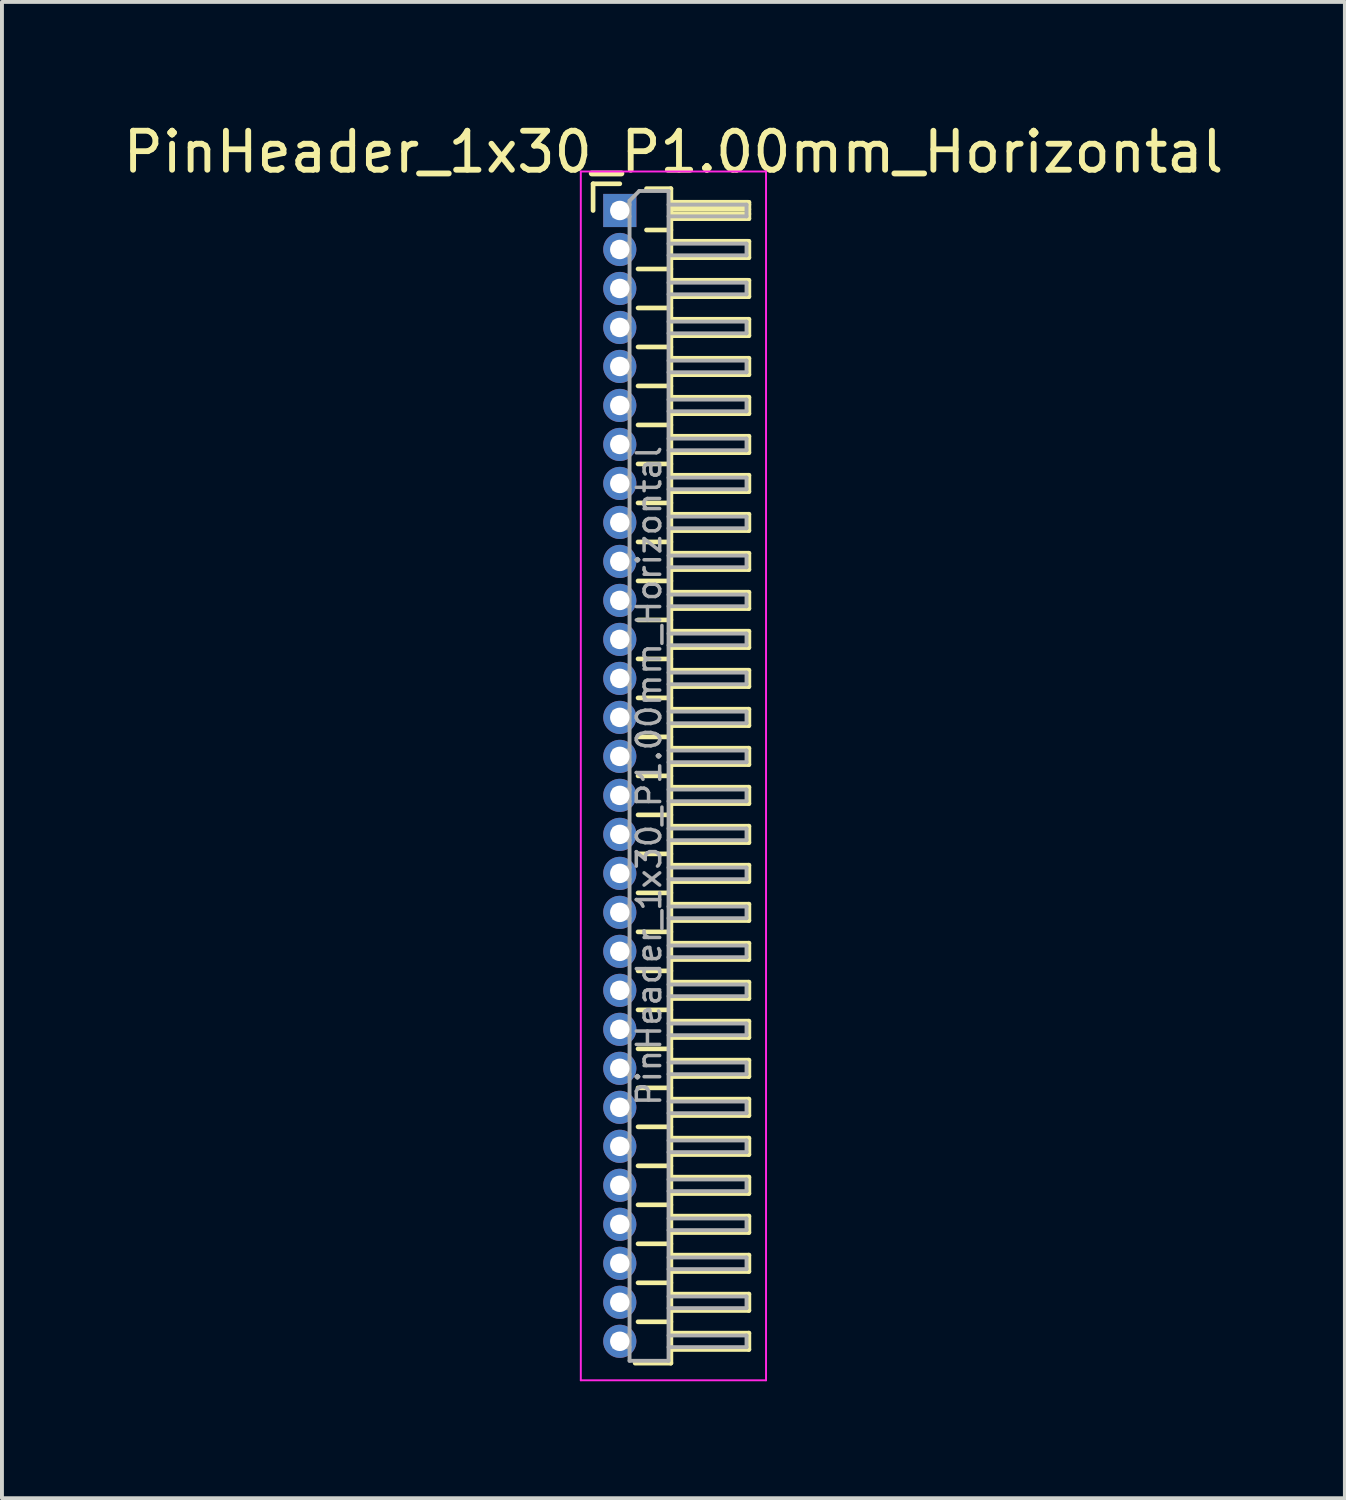
<source format=kicad_pcb>
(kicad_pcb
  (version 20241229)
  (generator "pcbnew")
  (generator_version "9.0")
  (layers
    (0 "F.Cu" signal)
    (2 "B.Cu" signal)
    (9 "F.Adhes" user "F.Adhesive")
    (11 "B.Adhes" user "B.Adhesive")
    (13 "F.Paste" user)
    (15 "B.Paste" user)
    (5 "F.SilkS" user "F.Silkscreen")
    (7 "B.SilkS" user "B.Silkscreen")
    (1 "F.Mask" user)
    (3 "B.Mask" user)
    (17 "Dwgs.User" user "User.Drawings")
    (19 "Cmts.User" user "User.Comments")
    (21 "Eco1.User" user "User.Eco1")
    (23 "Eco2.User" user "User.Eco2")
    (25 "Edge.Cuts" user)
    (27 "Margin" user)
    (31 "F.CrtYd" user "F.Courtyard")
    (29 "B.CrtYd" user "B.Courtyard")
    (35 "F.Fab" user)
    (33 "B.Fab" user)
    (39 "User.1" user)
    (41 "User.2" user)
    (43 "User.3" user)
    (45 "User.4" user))
  (footprint "PinHeader_1x30_P1.00mm_Horizontal"
    (layer "F.Cu")
    (at 12.845 2.348)
    (property "Reference" "PinHeader_1x30_P1.00mm_Horizontal" (at 1.375 -1.5 0) (layer "F.SilkS") (effects (font (size 1 1) (thickness 0.15))))
    (attr through_hole)
    (fp_line (start -0.685 -0.685) (end 0 -0.685) (stroke (width 0.12) (type solid)) (layer "F.SilkS"))
    (fp_line (start -0.685 0) (end -0.685 -0.685) (stroke (width 0.12) (type solid)) (layer "F.SilkS"))
    (fp_line (start 0.468 1.5) (end 1.31 1.5) (stroke (width 0.12) (type solid)) (layer "F.SilkS"))
    (fp_line (start 0.468 2.5) (end 1.31 2.5) (stroke (width 0.12) (type solid)) (layer "F.SilkS"))
    (fp_line (start 0.468 3.5) (end 1.31 3.5) (stroke (width 0.12) (type solid)) (layer "F.SilkS"))
    (fp_line (start 0.468 4.5) (end 1.31 4.5) (stroke (width 0.12) (type solid)) (layer "F.SilkS"))
    (fp_line (start 0.468 5.5) (end 1.31 5.5) (stroke (width 0.12) (type solid)) (layer "F.SilkS"))
    (fp_line (start 0.468 6.5) (end 1.31 6.5) (stroke (width 0.12) (type solid)) (layer "F.SilkS"))
    (fp_line (start 0.468 7.5) (end 1.31 7.5) (stroke (width 0.12) (type solid)) (layer "F.SilkS"))
    (fp_line (start 0.468 8.5) (end 1.31 8.5) (stroke (width 0.12) (type solid)) (layer "F.SilkS"))
    (fp_line (start 0.468 9.5) (end 1.31 9.5) (stroke (width 0.12) (type solid)) (layer "F.SilkS"))
    (fp_line (start 0.468 10.5) (end 1.31 10.5) (stroke (width 0.12) (type solid)) (layer "F.SilkS"))
    (fp_line (start 0.468 11.5) (end 1.31 11.5) (stroke (width 0.12) (type solid)) (layer "F.SilkS"))
    (fp_line (start 0.468 12.5) (end 1.31 12.5) (stroke (width 0.12) (type solid)) (layer "F.SilkS"))
    (fp_line (start 0.468 13.5) (end 1.31 13.5) (stroke (width 0.12) (type solid)) (layer "F.SilkS"))
    (fp_line (start 0.468 14.5) (end 1.31 14.5) (stroke (width 0.12) (type solid)) (layer "F.SilkS"))
    (fp_line (start 0.468 15.5) (end 1.31 15.5) (stroke (width 0.12) (type solid)) (layer "F.SilkS"))
    (fp_line (start 0.468 16.5) (end 1.31 16.5) (stroke (width 0.12) (type solid)) (layer "F.SilkS"))
    (fp_line (start 0.468 17.5) (end 1.31 17.5) (stroke (width 0.12) (type solid)) (layer "F.SilkS"))
    (fp_line (start 0.468 18.5) (end 1.31 18.5) (stroke (width 0.12) (type solid)) (layer "F.SilkS"))
    (fp_line (start 0.468 19.5) (end 1.31 19.5) (stroke (width 0.12) (type solid)) (layer "F.SilkS"))
    (fp_line (start 0.468 20.5) (end 1.31 20.5) (stroke (width 0.12) (type solid)) (layer "F.SilkS"))
    (fp_line (start 0.468 21.5) (end 1.31 21.5) (stroke (width 0.12) (type solid)) (layer "F.SilkS"))
    (fp_line (start 0.468 22.5) (end 1.31 22.5) (stroke (width 0.12) (type solid)) (layer "F.SilkS"))
    (fp_line (start 0.468 23.5) (end 1.31 23.5) (stroke (width 0.12) (type solid)) (layer "F.SilkS"))
    (fp_line (start 0.468 24.5) (end 1.31 24.5) (stroke (width 0.12) (type solid)) (layer "F.SilkS"))
    (fp_line (start 0.468 25.5) (end 1.31 25.5) (stroke (width 0.12) (type solid)) (layer "F.SilkS"))
    (fp_line (start 0.468 26.5) (end 1.31 26.5) (stroke (width 0.12) (type solid)) (layer "F.SilkS"))
    (fp_line (start 0.468 27.5) (end 1.31 27.5) (stroke (width 0.12) (type solid)) (layer "F.SilkS"))
    (fp_line (start 0.468 28.5) (end 1.31 28.5) (stroke (width 0.12) (type solid)) (layer "F.SilkS"))
    (fp_line (start 0.685 -0.56) (end 1.31 -0.56) (stroke (width 0.12) (type solid)) (layer "F.SilkS"))
    (fp_line (start 0.685 0.5) (end 1.31 0.5) (stroke (width 0.12) (type solid)) (layer "F.SilkS"))
    (fp_line (start 1.31 -0.56) (end 1.31 29.56) (stroke (width 0.12) (type solid)) (layer "F.SilkS"))
    (fp_line (start 1.31 -0.21) (end 3.31 -0.21) (stroke (width 0.12) (type solid)) (layer "F.SilkS"))
    (fp_line (start 1.31 -0.15) (end 3.31 -0.15) (stroke (width 0.12) (type solid)) (layer "F.SilkS"))
    (fp_line (start 1.31 -0.03) (end 3.31 -0.03) (stroke (width 0.12) (type solid)) (layer "F.SilkS"))
    (fp_line (start 1.31 0.09) (end 3.31 0.09) (stroke (width 0.12) (type solid)) (layer "F.SilkS"))
    (fp_line (start 1.31 0.79) (end 3.31 0.79) (stroke (width 0.12) (type solid)) (layer "F.SilkS"))
    (fp_line (start 1.31 1.79) (end 3.31 1.79) (stroke (width 0.12) (type solid)) (layer "F.SilkS"))
    (fp_line (start 1.31 2.79) (end 3.31 2.79) (stroke (width 0.12) (type solid)) (layer "F.SilkS"))
    (fp_line (start 1.31 3.79) (end 3.31 3.79) (stroke (width 0.12) (type solid)) (layer "F.SilkS"))
    (fp_line (start 1.31 4.79) (end 3.31 4.79) (stroke (width 0.12) (type solid)) (layer "F.SilkS"))
    (fp_line (start 1.31 5.79) (end 3.31 5.79) (stroke (width 0.12) (type solid)) (layer "F.SilkS"))
    (fp_line (start 1.31 6.79) (end 3.31 6.79) (stroke (width 0.12) (type solid)) (layer "F.SilkS"))
    (fp_line (start 1.31 7.79) (end 3.31 7.79) (stroke (width 0.12) (type solid)) (layer "F.SilkS"))
    (fp_line (start 1.31 8.79) (end 3.31 8.79) (stroke (width 0.12) (type solid)) (layer "F.SilkS"))
    (fp_line (start 1.31 9.79) (end 3.31 9.79) (stroke (width 0.12) (type solid)) (layer "F.SilkS"))
    (fp_line (start 1.31 10.79) (end 3.31 10.79) (stroke (width 0.12) (type solid)) (layer "F.SilkS"))
    (fp_line (start 1.31 11.79) (end 3.31 11.79) (stroke (width 0.12) (type solid)) (layer "F.SilkS"))
    (fp_line (start 1.31 12.79) (end 3.31 12.79) (stroke (width 0.12) (type solid)) (layer "F.SilkS"))
    (fp_line (start 1.31 13.79) (end 3.31 13.79) (stroke (width 0.12) (type solid)) (layer "F.SilkS"))
    (fp_line (start 1.31 14.79) (end 3.31 14.79) (stroke (width 0.12) (type solid)) (layer "F.SilkS"))
    (fp_line (start 1.31 15.79) (end 3.31 15.79) (stroke (width 0.12) (type solid)) (layer "F.SilkS"))
    (fp_line (start 1.31 16.79) (end 3.31 16.79) (stroke (width 0.12) (type solid)) (layer "F.SilkS"))
    (fp_line (start 1.31 17.79) (end 3.31 17.79) (stroke (width 0.12) (type solid)) (layer "F.SilkS"))
    (fp_line (start 1.31 18.79) (end 3.31 18.79) (stroke (width 0.12) (type solid)) (layer "F.SilkS"))
    (fp_line (start 1.31 19.79) (end 3.31 19.79) (stroke (width 0.12) (type solid)) (layer "F.SilkS"))
    (fp_line (start 1.31 20.79) (end 3.31 20.79) (stroke (width 0.12) (type solid)) (layer "F.SilkS"))
    (fp_line (start 1.31 21.79) (end 3.31 21.79) (stroke (width 0.12) (type solid)) (layer "F.SilkS"))
    (fp_line (start 1.31 22.79) (end 3.31 22.79) (stroke (width 0.12) (type solid)) (layer "F.SilkS"))
    (fp_line (start 1.31 23.79) (end 3.31 23.79) (stroke (width 0.12) (type solid)) (layer "F.SilkS"))
    (fp_line (start 1.31 24.79) (end 3.31 24.79) (stroke (width 0.12) (type solid)) (layer "F.SilkS"))
    (fp_line (start 1.31 25.79) (end 3.31 25.79) (stroke (width 0.12) (type solid)) (layer "F.SilkS"))
    (fp_line (start 1.31 26.79) (end 3.31 26.79) (stroke (width 0.12) (type solid)) (layer "F.SilkS"))
    (fp_line (start 1.31 27.79) (end 3.31 27.79) (stroke (width 0.12) (type solid)) (layer "F.SilkS"))
    (fp_line (start 1.31 28.79) (end 3.31 28.79) (stroke (width 0.12) (type solid)) (layer "F.SilkS"))
    (fp_line (start 1.31 29.56) (end 0.394 29.56) (stroke (width 0.12) (type solid)) (layer "F.SilkS"))
    (fp_line (start 3.31 -0.21) (end 3.31 0.21) (stroke (width 0.12) (type solid)) (layer "F.SilkS"))
    (fp_line (start 3.31 0.21) (end 1.31 0.21) (stroke (width 0.12) (type solid)) (layer "F.SilkS"))
    (fp_line (start 3.31 0.79) (end 3.31 1.21) (stroke (width 0.12) (type solid)) (layer "F.SilkS"))
    (fp_line (start 3.31 1.21) (end 1.31 1.21) (stroke (width 0.12) (type solid)) (layer "F.SilkS"))
    (fp_line (start 3.31 1.79) (end 3.31 2.21) (stroke (width 0.12) (type solid)) (layer "F.SilkS"))
    (fp_line (start 3.31 2.21) (end 1.31 2.21) (stroke (width 0.12) (type solid)) (layer "F.SilkS"))
    (fp_line (start 3.31 2.79) (end 3.31 3.21) (stroke (width 0.12) (type solid)) (layer "F.SilkS"))
    (fp_line (start 3.31 3.21) (end 1.31 3.21) (stroke (width 0.12) (type solid)) (layer "F.SilkS"))
    (fp_line (start 3.31 3.79) (end 3.31 4.21) (stroke (width 0.12) (type solid)) (layer "F.SilkS"))
    (fp_line (start 3.31 4.21) (end 1.31 4.21) (stroke (width 0.12) (type solid)) (layer "F.SilkS"))
    (fp_line (start 3.31 4.79) (end 3.31 5.21) (stroke (width 0.12) (type solid)) (layer "F.SilkS"))
    (fp_line (start 3.31 5.21) (end 1.31 5.21) (stroke (width 0.12) (type solid)) (layer "F.SilkS"))
    (fp_line (start 3.31 5.79) (end 3.31 6.21) (stroke (width 0.12) (type solid)) (layer "F.SilkS"))
    (fp_line (start 3.31 6.21) (end 1.31 6.21) (stroke (width 0.12) (type solid)) (layer "F.SilkS"))
    (fp_line (start 3.31 6.79) (end 3.31 7.21) (stroke (width 0.12) (type solid)) (layer "F.SilkS"))
    (fp_line (start 3.31 7.21) (end 1.31 7.21) (stroke (width 0.12) (type solid)) (layer "F.SilkS"))
    (fp_line (start 3.31 7.79) (end 3.31 8.21) (stroke (width 0.12) (type solid)) (layer "F.SilkS"))
    (fp_line (start 3.31 8.21) (end 1.31 8.21) (stroke (width 0.12) (type solid)) (layer "F.SilkS"))
    (fp_line (start 3.31 8.79) (end 3.31 9.21) (stroke (width 0.12) (type solid)) (layer "F.SilkS"))
    (fp_line (start 3.31 9.21) (end 1.31 9.21) (stroke (width 0.12) (type solid)) (layer "F.SilkS"))
    (fp_line (start 3.31 9.79) (end 3.31 10.21) (stroke (width 0.12) (type solid)) (layer "F.SilkS"))
    (fp_line (start 3.31 10.21) (end 1.31 10.21) (stroke (width 0.12) (type solid)) (layer "F.SilkS"))
    (fp_line (start 3.31 10.79) (end 3.31 11.21) (stroke (width 0.12) (type solid)) (layer "F.SilkS"))
    (fp_line (start 3.31 11.21) (end 1.31 11.21) (stroke (width 0.12) (type solid)) (layer "F.SilkS"))
    (fp_line (start 3.31 11.79) (end 3.31 12.21) (stroke (width 0.12) (type solid)) (layer "F.SilkS"))
    (fp_line (start 3.31 12.21) (end 1.31 12.21) (stroke (width 0.12) (type solid)) (layer "F.SilkS"))
    (fp_line (start 3.31 12.79) (end 3.31 13.21) (stroke (width 0.12) (type solid)) (layer "F.SilkS"))
    (fp_line (start 3.31 13.21) (end 1.31 13.21) (stroke (width 0.12) (type solid)) (layer "F.SilkS"))
    (fp_line (start 3.31 13.79) (end 3.31 14.21) (stroke (width 0.12) (type solid)) (layer "F.SilkS"))
    (fp_line (start 3.31 14.21) (end 1.31 14.21) (stroke (width 0.12) (type solid)) (layer "F.SilkS"))
    (fp_line (start 3.31 14.79) (end 3.31 15.21) (stroke (width 0.12) (type solid)) (layer "F.SilkS"))
    (fp_line (start 3.31 15.21) (end 1.31 15.21) (stroke (width 0.12) (type solid)) (layer "F.SilkS"))
    (fp_line (start 3.31 15.79) (end 3.31 16.21) (stroke (width 0.12) (type solid)) (layer "F.SilkS"))
    (fp_line (start 3.31 16.21) (end 1.31 16.21) (stroke (width 0.12) (type solid)) (layer "F.SilkS"))
    (fp_line (start 3.31 16.79) (end 3.31 17.21) (stroke (width 0.12) (type solid)) (layer "F.SilkS"))
    (fp_line (start 3.31 17.21) (end 1.31 17.21) (stroke (width 0.12) (type solid)) (layer "F.SilkS"))
    (fp_line (start 3.31 17.79) (end 3.31 18.21) (stroke (width 0.12) (type solid)) (layer "F.SilkS"))
    (fp_line (start 3.31 18.21) (end 1.31 18.21) (stroke (width 0.12) (type solid)) (layer "F.SilkS"))
    (fp_line (start 3.31 18.79) (end 3.31 19.21) (stroke (width 0.12) (type solid)) (layer "F.SilkS"))
    (fp_line (start 3.31 19.21) (end 1.31 19.21) (stroke (width 0.12) (type solid)) (layer "F.SilkS"))
    (fp_line (start 3.31 19.79) (end 3.31 20.21) (stroke (width 0.12) (type solid)) (layer "F.SilkS"))
    (fp_line (start 3.31 20.21) (end 1.31 20.21) (stroke (width 0.12) (type solid)) (layer "F.SilkS"))
    (fp_line (start 3.31 20.79) (end 3.31 21.21) (stroke (width 0.12) (type solid)) (layer "F.SilkS"))
    (fp_line (start 3.31 21.21) (end 1.31 21.21) (stroke (width 0.12) (type solid)) (layer "F.SilkS"))
    (fp_line (start 3.31 21.79) (end 3.31 22.21) (stroke (width 0.12) (type solid)) (layer "F.SilkS"))
    (fp_line (start 3.31 22.21) (end 1.31 22.21) (stroke (width 0.12) (type solid)) (layer "F.SilkS"))
    (fp_line (start 3.31 22.79) (end 3.31 23.21) (stroke (width 0.12) (type solid)) (layer "F.SilkS"))
    (fp_line (start 3.31 23.21) (end 1.31 23.21) (stroke (width 0.12) (type solid)) (layer "F.SilkS"))
    (fp_line (start 3.31 23.79) (end 3.31 24.21) (stroke (width 0.12) (type solid)) (layer "F.SilkS"))
    (fp_line (start 3.31 24.21) (end 1.31 24.21) (stroke (width 0.12) (type solid)) (layer "F.SilkS"))
    (fp_line (start 3.31 24.79) (end 3.31 25.21) (stroke (width 0.12) (type solid)) (layer "F.SilkS"))
    (fp_line (start 3.31 25.21) (end 1.31 25.21) (stroke (width 0.12) (type solid)) (layer "F.SilkS"))
    (fp_line (start 3.31 25.79) (end 3.31 26.21) (stroke (width 0.12) (type solid)) (layer "F.SilkS"))
    (fp_line (start 3.31 26.21) (end 1.31 26.21) (stroke (width 0.12) (type solid)) (layer "F.SilkS"))
    (fp_line (start 3.31 26.79) (end 3.31 27.21) (stroke (width 0.12) (type solid)) (layer "F.SilkS"))
    (fp_line (start 3.31 27.21) (end 1.31 27.21) (stroke (width 0.12) (type solid)) (layer "F.SilkS"))
    (fp_line (start 3.31 27.79) (end 3.31 28.21) (stroke (width 0.12) (type solid)) (layer "F.SilkS"))
    (fp_line (start 3.31 28.21) (end 1.31 28.21) (stroke (width 0.12) (type solid)) (layer "F.SilkS"))
    (fp_line (start 3.31 28.79) (end 3.31 29.21) (stroke (width 0.12) (type solid)) (layer "F.SilkS"))
    (fp_line (start 3.31 29.21) (end 1.31 29.21) (stroke (width 0.12) (type solid)) (layer "F.SilkS"))
    (fp_line (start -1 -1) (end -1 30) (stroke (width 0.05) (type solid)) (layer "F.CrtYd"))
    (fp_line (start -1 30) (end 3.75 30) (stroke (width 0.05) (type solid)) (layer "F.CrtYd"))
    (fp_line (start 3.75 -1) (end -1 -1) (stroke (width 0.05) (type solid)) (layer "F.CrtYd"))
    (fp_line (start 3.75 30) (end 3.75 -1) (stroke (width 0.05) (type solid)) (layer "F.CrtYd"))
    (fp_line (start -0.15 -0.15) (end -0.15 0.15) (stroke (width 0.1) (type solid)) (layer "F.Fab"))
    (fp_line (start -0.15 -0.15) (end 0.25 -0.15) (stroke (width 0.1) (type solid)) (layer "F.Fab"))
    (fp_line (start -0.15 0.15) (end 0.25 0.15) (stroke (width 0.1) (type solid)) (layer "F.Fab"))
    (fp_line (start -0.15 0.85) (end -0.15 1.15) (stroke (width 0.1) (type solid)) (layer "F.Fab"))
    (fp_line (start -0.15 0.85) (end 0.25 0.85) (stroke (width 0.1) (type solid)) (layer "F.Fab"))
    (fp_line (start -0.15 1.15) (end 0.25 1.15) (stroke (width 0.1) (type solid)) (layer "F.Fab"))
    (fp_line (start -0.15 1.85) (end -0.15 2.15) (stroke (width 0.1) (type solid)) (layer "F.Fab"))
    (fp_line (start -0.15 1.85) (end 0.25 1.85) (stroke (width 0.1) (type solid)) (layer "F.Fab"))
    (fp_line (start -0.15 2.15) (end 0.25 2.15) (stroke (width 0.1) (type solid)) (layer "F.Fab"))
    (fp_line (start -0.15 2.85) (end -0.15 3.15) (stroke (width 0.1) (type solid)) (layer "F.Fab"))
    (fp_line (start -0.15 2.85) (end 0.25 2.85) (stroke (width 0.1) (type solid)) (layer "F.Fab"))
    (fp_line (start -0.15 3.15) (end 0.25 3.15) (stroke (width 0.1) (type solid)) (layer "F.Fab"))
    (fp_line (start -0.15 3.85) (end -0.15 4.15) (stroke (width 0.1) (type solid)) (layer "F.Fab"))
    (fp_line (start -0.15 3.85) (end 0.25 3.85) (stroke (width 0.1) (type solid)) (layer "F.Fab"))
    (fp_line (start -0.15 4.15) (end 0.25 4.15) (stroke (width 0.1) (type solid)) (layer "F.Fab"))
    (fp_line (start -0.15 4.85) (end -0.15 5.15) (stroke (width 0.1) (type solid)) (layer "F.Fab"))
    (fp_line (start -0.15 4.85) (end 0.25 4.85) (stroke (width 0.1) (type solid)) (layer "F.Fab"))
    (fp_line (start -0.15 5.15) (end 0.25 5.15) (stroke (width 0.1) (type solid)) (layer "F.Fab"))
    (fp_line (start -0.15 5.85) (end -0.15 6.15) (stroke (width 0.1) (type solid)) (layer "F.Fab"))
    (fp_line (start -0.15 5.85) (end 0.25 5.85) (stroke (width 0.1) (type solid)) (layer "F.Fab"))
    (fp_line (start -0.15 6.15) (end 0.25 6.15) (stroke (width 0.1) (type solid)) (layer "F.Fab"))
    (fp_line (start -0.15 6.85) (end -0.15 7.15) (stroke (width 0.1) (type solid)) (layer "F.Fab"))
    (fp_line (start -0.15 6.85) (end 0.25 6.85) (stroke (width 0.1) (type solid)) (layer "F.Fab"))
    (fp_line (start -0.15 7.15) (end 0.25 7.15) (stroke (width 0.1) (type solid)) (layer "F.Fab"))
    (fp_line (start -0.15 7.85) (end -0.15 8.15) (stroke (width 0.1) (type solid)) (layer "F.Fab"))
    (fp_line (start -0.15 7.85) (end 0.25 7.85) (stroke (width 0.1) (type solid)) (layer "F.Fab"))
    (fp_line (start -0.15 8.15) (end 0.25 8.15) (stroke (width 0.1) (type solid)) (layer "F.Fab"))
    (fp_line (start -0.15 8.85) (end -0.15 9.15) (stroke (width 0.1) (type solid)) (layer "F.Fab"))
    (fp_line (start -0.15 8.85) (end 0.25 8.85) (stroke (width 0.1) (type solid)) (layer "F.Fab"))
    (fp_line (start -0.15 9.15) (end 0.25 9.15) (stroke (width 0.1) (type solid)) (layer "F.Fab"))
    (fp_line (start -0.15 9.85) (end -0.15 10.15) (stroke (width 0.1) (type solid)) (layer "F.Fab"))
    (fp_line (start -0.15 9.85) (end 0.25 9.85) (stroke (width 0.1) (type solid)) (layer "F.Fab"))
    (fp_line (start -0.15 10.15) (end 0.25 10.15) (stroke (width 0.1) (type solid)) (layer "F.Fab"))
    (fp_line (start -0.15 10.85) (end -0.15 11.15) (stroke (width 0.1) (type solid)) (layer "F.Fab"))
    (fp_line (start -0.15 10.85) (end 0.25 10.85) (stroke (width 0.1) (type solid)) (layer "F.Fab"))
    (fp_line (start -0.15 11.15) (end 0.25 11.15) (stroke (width 0.1) (type solid)) (layer "F.Fab"))
    (fp_line (start -0.15 11.85) (end -0.15 12.15) (stroke (width 0.1) (type solid)) (layer "F.Fab"))
    (fp_line (start -0.15 11.85) (end 0.25 11.85) (stroke (width 0.1) (type solid)) (layer "F.Fab"))
    (fp_line (start -0.15 12.15) (end 0.25 12.15) (stroke (width 0.1) (type solid)) (layer "F.Fab"))
    (fp_line (start -0.15 12.85) (end -0.15 13.15) (stroke (width 0.1) (type solid)) (layer "F.Fab"))
    (fp_line (start -0.15 12.85) (end 0.25 12.85) (stroke (width 0.1) (type solid)) (layer "F.Fab"))
    (fp_line (start -0.15 13.15) (end 0.25 13.15) (stroke (width 0.1) (type solid)) (layer "F.Fab"))
    (fp_line (start -0.15 13.85) (end -0.15 14.15) (stroke (width 0.1) (type solid)) (layer "F.Fab"))
    (fp_line (start -0.15 13.85) (end 0.25 13.85) (stroke (width 0.1) (type solid)) (layer "F.Fab"))
    (fp_line (start -0.15 14.15) (end 0.25 14.15) (stroke (width 0.1) (type solid)) (layer "F.Fab"))
    (fp_line (start -0.15 14.85) (end -0.15 15.15) (stroke (width 0.1) (type solid)) (layer "F.Fab"))
    (fp_line (start -0.15 14.85) (end 0.25 14.85) (stroke (width 0.1) (type solid)) (layer "F.Fab"))
    (fp_line (start -0.15 15.15) (end 0.25 15.15) (stroke (width 0.1) (type solid)) (layer "F.Fab"))
    (fp_line (start -0.15 15.85) (end -0.15 16.15) (stroke (width 0.1) (type solid)) (layer "F.Fab"))
    (fp_line (start -0.15 15.85) (end 0.25 15.85) (stroke (width 0.1) (type solid)) (layer "F.Fab"))
    (fp_line (start -0.15 16.15) (end 0.25 16.15) (stroke (width 0.1) (type solid)) (layer "F.Fab"))
    (fp_line (start -0.15 16.85) (end -0.15 17.15) (stroke (width 0.1) (type solid)) (layer "F.Fab"))
    (fp_line (start -0.15 16.85) (end 0.25 16.85) (stroke (width 0.1) (type solid)) (layer "F.Fab"))
    (fp_line (start -0.15 17.15) (end 0.25 17.15) (stroke (width 0.1) (type solid)) (layer "F.Fab"))
    (fp_line (start -0.15 17.85) (end -0.15 18.15) (stroke (width 0.1) (type solid)) (layer "F.Fab"))
    (fp_line (start -0.15 17.85) (end 0.25 17.85) (stroke (width 0.1) (type solid)) (layer "F.Fab"))
    (fp_line (start -0.15 18.15) (end 0.25 18.15) (stroke (width 0.1) (type solid)) (layer "F.Fab"))
    (fp_line (start -0.15 18.85) (end -0.15 19.15) (stroke (width 0.1) (type solid)) (layer "F.Fab"))
    (fp_line (start -0.15 18.85) (end 0.25 18.85) (stroke (width 0.1) (type solid)) (layer "F.Fab"))
    (fp_line (start -0.15 19.15) (end 0.25 19.15) (stroke (width 0.1) (type solid)) (layer "F.Fab"))
    (fp_line (start -0.15 19.85) (end -0.15 20.15) (stroke (width 0.1) (type solid)) (layer "F.Fab"))
    (fp_line (start -0.15 19.85) (end 0.25 19.85) (stroke (width 0.1) (type solid)) (layer "F.Fab"))
    (fp_line (start -0.15 20.15) (end 0.25 20.15) (stroke (width 0.1) (type solid)) (layer "F.Fab"))
    (fp_line (start -0.15 20.85) (end -0.15 21.15) (stroke (width 0.1) (type solid)) (layer "F.Fab"))
    (fp_line (start -0.15 20.85) (end 0.25 20.85) (stroke (width 0.1) (type solid)) (layer "F.Fab"))
    (fp_line (start -0.15 21.15) (end 0.25 21.15) (stroke (width 0.1) (type solid)) (layer "F.Fab"))
    (fp_line (start -0.15 21.85) (end -0.15 22.15) (stroke (width 0.1) (type solid)) (layer "F.Fab"))
    (fp_line (start -0.15 21.85) (end 0.25 21.85) (stroke (width 0.1) (type solid)) (layer "F.Fab"))
    (fp_line (start -0.15 22.15) (end 0.25 22.15) (stroke (width 0.1) (type solid)) (layer "F.Fab"))
    (fp_line (start -0.15 22.85) (end -0.15 23.15) (stroke (width 0.1) (type solid)) (layer "F.Fab"))
    (fp_line (start -0.15 22.85) (end 0.25 22.85) (stroke (width 0.1) (type solid)) (layer "F.Fab"))
    (fp_line (start -0.15 23.15) (end 0.25 23.15) (stroke (width 0.1) (type solid)) (layer "F.Fab"))
    (fp_line (start -0.15 23.85) (end -0.15 24.15) (stroke (width 0.1) (type solid)) (layer "F.Fab"))
    (fp_line (start -0.15 23.85) (end 0.25 23.85) (stroke (width 0.1) (type solid)) (layer "F.Fab"))
    (fp_line (start -0.15 24.15) (end 0.25 24.15) (stroke (width 0.1) (type solid)) (layer "F.Fab"))
    (fp_line (start -0.15 24.85) (end -0.15 25.15) (stroke (width 0.1) (type solid)) (layer "F.Fab"))
    (fp_line (start -0.15 24.85) (end 0.25 24.85) (stroke (width 0.1) (type solid)) (layer "F.Fab"))
    (fp_line (start -0.15 25.15) (end 0.25 25.15) (stroke (width 0.1) (type solid)) (layer "F.Fab"))
    (fp_line (start -0.15 25.85) (end -0.15 26.15) (stroke (width 0.1) (type solid)) (layer "F.Fab"))
    (fp_line (start -0.15 25.85) (end 0.25 25.85) (stroke (width 0.1) (type solid)) (layer "F.Fab"))
    (fp_line (start -0.15 26.15) (end 0.25 26.15) (stroke (width 0.1) (type solid)) (layer "F.Fab"))
    (fp_line (start -0.15 26.85) (end -0.15 27.15) (stroke (width 0.1) (type solid)) (layer "F.Fab"))
    (fp_line (start -0.15 26.85) (end 0.25 26.85) (stroke (width 0.1) (type solid)) (layer "F.Fab"))
    (fp_line (start -0.15 27.15) (end 0.25 27.15) (stroke (width 0.1) (type solid)) (layer "F.Fab"))
    (fp_line (start -0.15 27.85) (end -0.15 28.15) (stroke (width 0.1) (type solid)) (layer "F.Fab"))
    (fp_line (start -0.15 27.85) (end 0.25 27.85) (stroke (width 0.1) (type solid)) (layer "F.Fab"))
    (fp_line (start -0.15 28.15) (end 0.25 28.15) (stroke (width 0.1) (type solid)) (layer "F.Fab"))
    (fp_line (start -0.15 28.85) (end -0.15 29.15) (stroke (width 0.1) (type solid)) (layer "F.Fab"))
    (fp_line (start -0.15 28.85) (end 0.25 28.85) (stroke (width 0.1) (type solid)) (layer "F.Fab"))
    (fp_line (start -0.15 29.15) (end 0.25 29.15) (stroke (width 0.1) (type solid)) (layer "F.Fab"))
    (fp_line (start 0.25 -0.25) (end 0.5 -0.5) (stroke (width 0.1) (type solid)) (layer "F.Fab"))
    (fp_line (start 0.25 29.5) (end 0.25 -0.25) (stroke (width 0.1) (type solid)) (layer "F.Fab"))
    (fp_line (start 0.5 -0.5) (end 1.25 -0.5) (stroke (width 0.1) (type solid)) (layer "F.Fab"))
    (fp_line (start 1.25 -0.5) (end 1.25 29.5) (stroke (width 0.1) (type solid)) (layer "F.Fab"))
    (fp_line (start 1.25 -0.15) (end 3.25 -0.15) (stroke (width 0.1) (type solid)) (layer "F.Fab"))
    (fp_line (start 1.25 0.15) (end 3.25 0.15) (stroke (width 0.1) (type solid)) (layer "F.Fab"))
    (fp_line (start 1.25 0.85) (end 3.25 0.85) (stroke (width 0.1) (type solid)) (layer "F.Fab"))
    (fp_line (start 1.25 1.15) (end 3.25 1.15) (stroke (width 0.1) (type solid)) (layer "F.Fab"))
    (fp_line (start 1.25 1.85) (end 3.25 1.85) (stroke (width 0.1) (type solid)) (layer "F.Fab"))
    (fp_line (start 1.25 2.15) (end 3.25 2.15) (stroke (width 0.1) (type solid)) (layer "F.Fab"))
    (fp_line (start 1.25 2.85) (end 3.25 2.85) (stroke (width 0.1) (type solid)) (layer "F.Fab"))
    (fp_line (start 1.25 3.15) (end 3.25 3.15) (stroke (width 0.1) (type solid)) (layer "F.Fab"))
    (fp_line (start 1.25 3.85) (end 3.25 3.85) (stroke (width 0.1) (type solid)) (layer "F.Fab"))
    (fp_line (start 1.25 4.15) (end 3.25 4.15) (stroke (width 0.1) (type solid)) (layer "F.Fab"))
    (fp_line (start 1.25 4.85) (end 3.25 4.85) (stroke (width 0.1) (type solid)) (layer "F.Fab"))
    (fp_line (start 1.25 5.15) (end 3.25 5.15) (stroke (width 0.1) (type solid)) (layer "F.Fab"))
    (fp_line (start 1.25 5.85) (end 3.25 5.85) (stroke (width 0.1) (type solid)) (layer "F.Fab"))
    (fp_line (start 1.25 6.15) (end 3.25 6.15) (stroke (width 0.1) (type solid)) (layer "F.Fab"))
    (fp_line (start 1.25 6.85) (end 3.25 6.85) (stroke (width 0.1) (type solid)) (layer "F.Fab"))
    (fp_line (start 1.25 7.15) (end 3.25 7.15) (stroke (width 0.1) (type solid)) (layer "F.Fab"))
    (fp_line (start 1.25 7.85) (end 3.25 7.85) (stroke (width 0.1) (type solid)) (layer "F.Fab"))
    (fp_line (start 1.25 8.15) (end 3.25 8.15) (stroke (width 0.1) (type solid)) (layer "F.Fab"))
    (fp_line (start 1.25 8.85) (end 3.25 8.85) (stroke (width 0.1) (type solid)) (layer "F.Fab"))
    (fp_line (start 1.25 9.15) (end 3.25 9.15) (stroke (width 0.1) (type solid)) (layer "F.Fab"))
    (fp_line (start 1.25 9.85) (end 3.25 9.85) (stroke (width 0.1) (type solid)) (layer "F.Fab"))
    (fp_line (start 1.25 10.15) (end 3.25 10.15) (stroke (width 0.1) (type solid)) (layer "F.Fab"))
    (fp_line (start 1.25 10.85) (end 3.25 10.85) (stroke (width 0.1) (type solid)) (layer "F.Fab"))
    (fp_line (start 1.25 11.15) (end 3.25 11.15) (stroke (width 0.1) (type solid)) (layer "F.Fab"))
    (fp_line (start 1.25 11.85) (end 3.25 11.85) (stroke (width 0.1) (type solid)) (layer "F.Fab"))
    (fp_line (start 1.25 12.15) (end 3.25 12.15) (stroke (width 0.1) (type solid)) (layer "F.Fab"))
    (fp_line (start 1.25 12.85) (end 3.25 12.85) (stroke (width 0.1) (type solid)) (layer "F.Fab"))
    (fp_line (start 1.25 13.15) (end 3.25 13.15) (stroke (width 0.1) (type solid)) (layer "F.Fab"))
    (fp_line (start 1.25 13.85) (end 3.25 13.85) (stroke (width 0.1) (type solid)) (layer "F.Fab"))
    (fp_line (start 1.25 14.15) (end 3.25 14.15) (stroke (width 0.1) (type solid)) (layer "F.Fab"))
    (fp_line (start 1.25 14.85) (end 3.25 14.85) (stroke (width 0.1) (type solid)) (layer "F.Fab"))
    (fp_line (start 1.25 15.15) (end 3.25 15.15) (stroke (width 0.1) (type solid)) (layer "F.Fab"))
    (fp_line (start 1.25 15.85) (end 3.25 15.85) (stroke (width 0.1) (type solid)) (layer "F.Fab"))
    (fp_line (start 1.25 16.15) (end 3.25 16.15) (stroke (width 0.1) (type solid)) (layer "F.Fab"))
    (fp_line (start 1.25 16.85) (end 3.25 16.85) (stroke (width 0.1) (type solid)) (layer "F.Fab"))
    (fp_line (start 1.25 17.15) (end 3.25 17.15) (stroke (width 0.1) (type solid)) (layer "F.Fab"))
    (fp_line (start 1.25 17.85) (end 3.25 17.85) (stroke (width 0.1) (type solid)) (layer "F.Fab"))
    (fp_line (start 1.25 18.15) (end 3.25 18.15) (stroke (width 0.1) (type solid)) (layer "F.Fab"))
    (fp_line (start 1.25 18.85) (end 3.25 18.85) (stroke (width 0.1) (type solid)) (layer "F.Fab"))
    (fp_line (start 1.25 19.15) (end 3.25 19.15) (stroke (width 0.1) (type solid)) (layer "F.Fab"))
    (fp_line (start 1.25 19.85) (end 3.25 19.85) (stroke (width 0.1) (type solid)) (layer "F.Fab"))
    (fp_line (start 1.25 20.15) (end 3.25 20.15) (stroke (width 0.1) (type solid)) (layer "F.Fab"))
    (fp_line (start 1.25 20.85) (end 3.25 20.85) (stroke (width 0.1) (type solid)) (layer "F.Fab"))
    (fp_line (start 1.25 21.15) (end 3.25 21.15) (stroke (width 0.1) (type solid)) (layer "F.Fab"))
    (fp_line (start 1.25 21.85) (end 3.25 21.85) (stroke (width 0.1) (type solid)) (layer "F.Fab"))
    (fp_line (start 1.25 22.15) (end 3.25 22.15) (stroke (width 0.1) (type solid)) (layer "F.Fab"))
    (fp_line (start 1.25 22.85) (end 3.25 22.85) (stroke (width 0.1) (type solid)) (layer "F.Fab"))
    (fp_line (start 1.25 23.15) (end 3.25 23.15) (stroke (width 0.1) (type solid)) (layer "F.Fab"))
    (fp_line (start 1.25 23.85) (end 3.25 23.85) (stroke (width 0.1) (type solid)) (layer "F.Fab"))
    (fp_line (start 1.25 24.15) (end 3.25 24.15) (stroke (width 0.1) (type solid)) (layer "F.Fab"))
    (fp_line (start 1.25 24.85) (end 3.25 24.85) (stroke (width 0.1) (type solid)) (layer "F.Fab"))
    (fp_line (start 1.25 25.15) (end 3.25 25.15) (stroke (width 0.1) (type solid)) (layer "F.Fab"))
    (fp_line (start 1.25 25.85) (end 3.25 25.85) (stroke (width 0.1) (type solid)) (layer "F.Fab"))
    (fp_line (start 1.25 26.15) (end 3.25 26.15) (stroke (width 0.1) (type solid)) (layer "F.Fab"))
    (fp_line (start 1.25 26.85) (end 3.25 26.85) (stroke (width 0.1) (type solid)) (layer "F.Fab"))
    (fp_line (start 1.25 27.15) (end 3.25 27.15) (stroke (width 0.1) (type solid)) (layer "F.Fab"))
    (fp_line (start 1.25 27.85) (end 3.25 27.85) (stroke (width 0.1) (type solid)) (layer "F.Fab"))
    (fp_line (start 1.25 28.15) (end 3.25 28.15) (stroke (width 0.1) (type solid)) (layer "F.Fab"))
    (fp_line (start 1.25 28.85) (end 3.25 28.85) (stroke (width 0.1) (type solid)) (layer "F.Fab"))
    (fp_line (start 1.25 29.15) (end 3.25 29.15) (stroke (width 0.1) (type solid)) (layer "F.Fab"))
    (fp_line (start 1.25 29.5) (end 0.25 29.5) (stroke (width 0.1) (type solid)) (layer "F.Fab"))
    (fp_line (start 3.25 -0.15) (end 3.25 0.15) (stroke (width 0.1) (type solid)) (layer "F.Fab"))
    (fp_line (start 3.25 0.85) (end 3.25 1.15) (stroke (width 0.1) (type solid)) (layer "F.Fab"))
    (fp_line (start 3.25 1.85) (end 3.25 2.15) (stroke (width 0.1) (type solid)) (layer "F.Fab"))
    (fp_line (start 3.25 2.85) (end 3.25 3.15) (stroke (width 0.1) (type solid)) (layer "F.Fab"))
    (fp_line (start 3.25 3.85) (end 3.25 4.15) (stroke (width 0.1) (type solid)) (layer "F.Fab"))
    (fp_line (start 3.25 4.85) (end 3.25 5.15) (stroke (width 0.1) (type solid)) (layer "F.Fab"))
    (fp_line (start 3.25 5.85) (end 3.25 6.15) (stroke (width 0.1) (type solid)) (layer "F.Fab"))
    (fp_line (start 3.25 6.85) (end 3.25 7.15) (stroke (width 0.1) (type solid)) (layer "F.Fab"))
    (fp_line (start 3.25 7.85) (end 3.25 8.15) (stroke (width 0.1) (type solid)) (layer "F.Fab"))
    (fp_line (start 3.25 8.85) (end 3.25 9.15) (stroke (width 0.1) (type solid)) (layer "F.Fab"))
    (fp_line (start 3.25 9.85) (end 3.25 10.15) (stroke (width 0.1) (type solid)) (layer "F.Fab"))
    (fp_line (start 3.25 10.85) (end 3.25 11.15) (stroke (width 0.1) (type solid)) (layer "F.Fab"))
    (fp_line (start 3.25 11.85) (end 3.25 12.15) (stroke (width 0.1) (type solid)) (layer "F.Fab"))
    (fp_line (start 3.25 12.85) (end 3.25 13.15) (stroke (width 0.1) (type solid)) (layer "F.Fab"))
    (fp_line (start 3.25 13.85) (end 3.25 14.15) (stroke (width 0.1) (type solid)) (layer "F.Fab"))
    (fp_line (start 3.25 14.85) (end 3.25 15.15) (stroke (width 0.1) (type solid)) (layer "F.Fab"))
    (fp_line (start 3.25 15.85) (end 3.25 16.15) (stroke (width 0.1) (type solid)) (layer "F.Fab"))
    (fp_line (start 3.25 16.85) (end 3.25 17.15) (stroke (width 0.1) (type solid)) (layer "F.Fab"))
    (fp_line (start 3.25 17.85) (end 3.25 18.15) (stroke (width 0.1) (type solid)) (layer "F.Fab"))
    (fp_line (start 3.25 18.85) (end 3.25 19.15) (stroke (width 0.1) (type solid)) (layer "F.Fab"))
    (fp_line (start 3.25 19.85) (end 3.25 20.15) (stroke (width 0.1) (type solid)) (layer "F.Fab"))
    (fp_line (start 3.25 20.85) (end 3.25 21.15) (stroke (width 0.1) (type solid)) (layer "F.Fab"))
    (fp_line (start 3.25 21.85) (end 3.25 22.15) (stroke (width 0.1) (type solid)) (layer "F.Fab"))
    (fp_line (start 3.25 22.85) (end 3.25 23.15) (stroke (width 0.1) (type solid)) (layer "F.Fab"))
    (fp_line (start 3.25 23.85) (end 3.25 24.15) (stroke (width 0.1) (type solid)) (layer "F.Fab"))
    (fp_line (start 3.25 24.85) (end 3.25 25.15) (stroke (width 0.1) (type solid)) (layer "F.Fab"))
    (fp_line (start 3.25 25.85) (end 3.25 26.15) (stroke (width 0.1) (type solid)) (layer "F.Fab"))
    (fp_line (start 3.25 26.85) (end 3.25 27.15) (stroke (width 0.1) (type solid)) (layer "F.Fab"))
    (fp_line (start 3.25 27.85) (end 3.25 28.15) (stroke (width 0.1) (type solid)) (layer "F.Fab"))
    (fp_line (start 3.25 28.85) (end 3.25 29.15) (stroke (width 0.1) (type solid)) (layer "F.Fab"))
    (fp_text user "${REFERENCE}" (at 0.75 14.5 90) (layer "F.Fab") (effects (font (size 0.6 0.6) (thickness 0.09))))
    (pad "1" thru_hole rect (at 0 0) (size 0.85 0.85) (drill 0.5) (layers "*.Cu" "*.Mask"))
    (pad "2" thru_hole oval (at 0 1) (size 0.85 0.85) (drill 0.5) (layers "*.Cu" "*.Mask"))
    (pad "3" thru_hole oval (at 0 2) (size 0.85 0.85) (drill 0.5) (layers "*.Cu" "*.Mask"))
    (pad "4" thru_hole oval (at 0 3) (size 0.85 0.85) (drill 0.5) (layers "*.Cu" "*.Mask"))
    (pad "5" thru_hole oval (at 0 4) (size 0.85 0.85) (drill 0.5) (layers "*.Cu" "*.Mask"))
    (pad "6" thru_hole oval (at 0 5) (size 0.85 0.85) (drill 0.5) (layers "*.Cu" "*.Mask"))
    (pad "7" thru_hole oval (at 0 6) (size 0.85 0.85) (drill 0.5) (layers "*.Cu" "*.Mask"))
    (pad "8" thru_hole oval (at 0 7) (size 0.85 0.85) (drill 0.5) (layers "*.Cu" "*.Mask"))
    (pad "9" thru_hole oval (at 0 8) (size 0.85 0.85) (drill 0.5) (layers "*.Cu" "*.Mask"))
    (pad "10" thru_hole oval (at 0 9) (size 0.85 0.85) (drill 0.5) (layers "*.Cu" "*.Mask"))
    (pad "11" thru_hole oval (at 0 10) (size 0.85 0.85) (drill 0.5) (layers "*.Cu" "*.Mask"))
    (pad "12" thru_hole oval (at 0 11) (size 0.85 0.85) (drill 0.5) (layers "*.Cu" "*.Mask"))
    (pad "13" thru_hole oval (at 0 12) (size 0.85 0.85) (drill 0.5) (layers "*.Cu" "*.Mask"))
    (pad "14" thru_hole oval (at 0 13) (size 0.85 0.85) (drill 0.5) (layers "*.Cu" "*.Mask"))
    (pad "15" thru_hole oval (at 0 14) (size 0.85 0.85) (drill 0.5) (layers "*.Cu" "*.Mask"))
    (pad "16" thru_hole oval (at 0 15) (size 0.85 0.85) (drill 0.5) (layers "*.Cu" "*.Mask"))
    (pad "17" thru_hole oval (at 0 16) (size 0.85 0.85) (drill 0.5) (layers "*.Cu" "*.Mask"))
    (pad "18" thru_hole oval (at 0 17) (size 0.85 0.85) (drill 0.5) (layers "*.Cu" "*.Mask"))
    (pad "19" thru_hole oval (at 0 18) (size 0.85 0.85) (drill 0.5) (layers "*.Cu" "*.Mask"))
    (pad "20" thru_hole oval (at 0 19) (size 0.85 0.85) (drill 0.5) (layers "*.Cu" "*.Mask"))
    (pad "21" thru_hole oval (at 0 20) (size 0.85 0.85) (drill 0.5) (layers "*.Cu" "*.Mask"))
    (pad "22" thru_hole oval (at 0 21) (size 0.85 0.85) (drill 0.5) (layers "*.Cu" "*.Mask"))
    (pad "23" thru_hole oval (at 0 22) (size 0.85 0.85) (drill 0.5) (layers "*.Cu" "*.Mask"))
    (pad "24" thru_hole oval (at 0 23) (size 0.85 0.85) (drill 0.5) (layers "*.Cu" "*.Mask"))
    (pad "25" thru_hole oval (at 0 24) (size 0.85 0.85) (drill 0.5) (layers "*.Cu" "*.Mask"))
    (pad "26" thru_hole oval (at 0 25) (size 0.85 0.85) (drill 0.5) (layers "*.Cu" "*.Mask"))
    (pad "27" thru_hole oval (at 0 26) (size 0.85 0.85) (drill 0.5) (layers "*.Cu" "*.Mask"))
    (pad "28" thru_hole oval (at 0 27) (size 0.85 0.85) (drill 0.5) (layers "*.Cu" "*.Mask"))
    (pad "29" thru_hole oval (at 0 28) (size 0.85 0.85) (drill 0.5) (layers "*.Cu" "*.Mask"))
    (pad "30" thru_hole oval (at 0 29) (size 0.85 0.85) (drill 0.5) (layers "*.Cu" "*.Mask")))
  (gr_rect
    (start -3 -3)
    (end 31.44 35.373)
    (stroke (width 0.1) (type default))
    (fill no)
    (layer "Edge.Cuts")))
</source>
